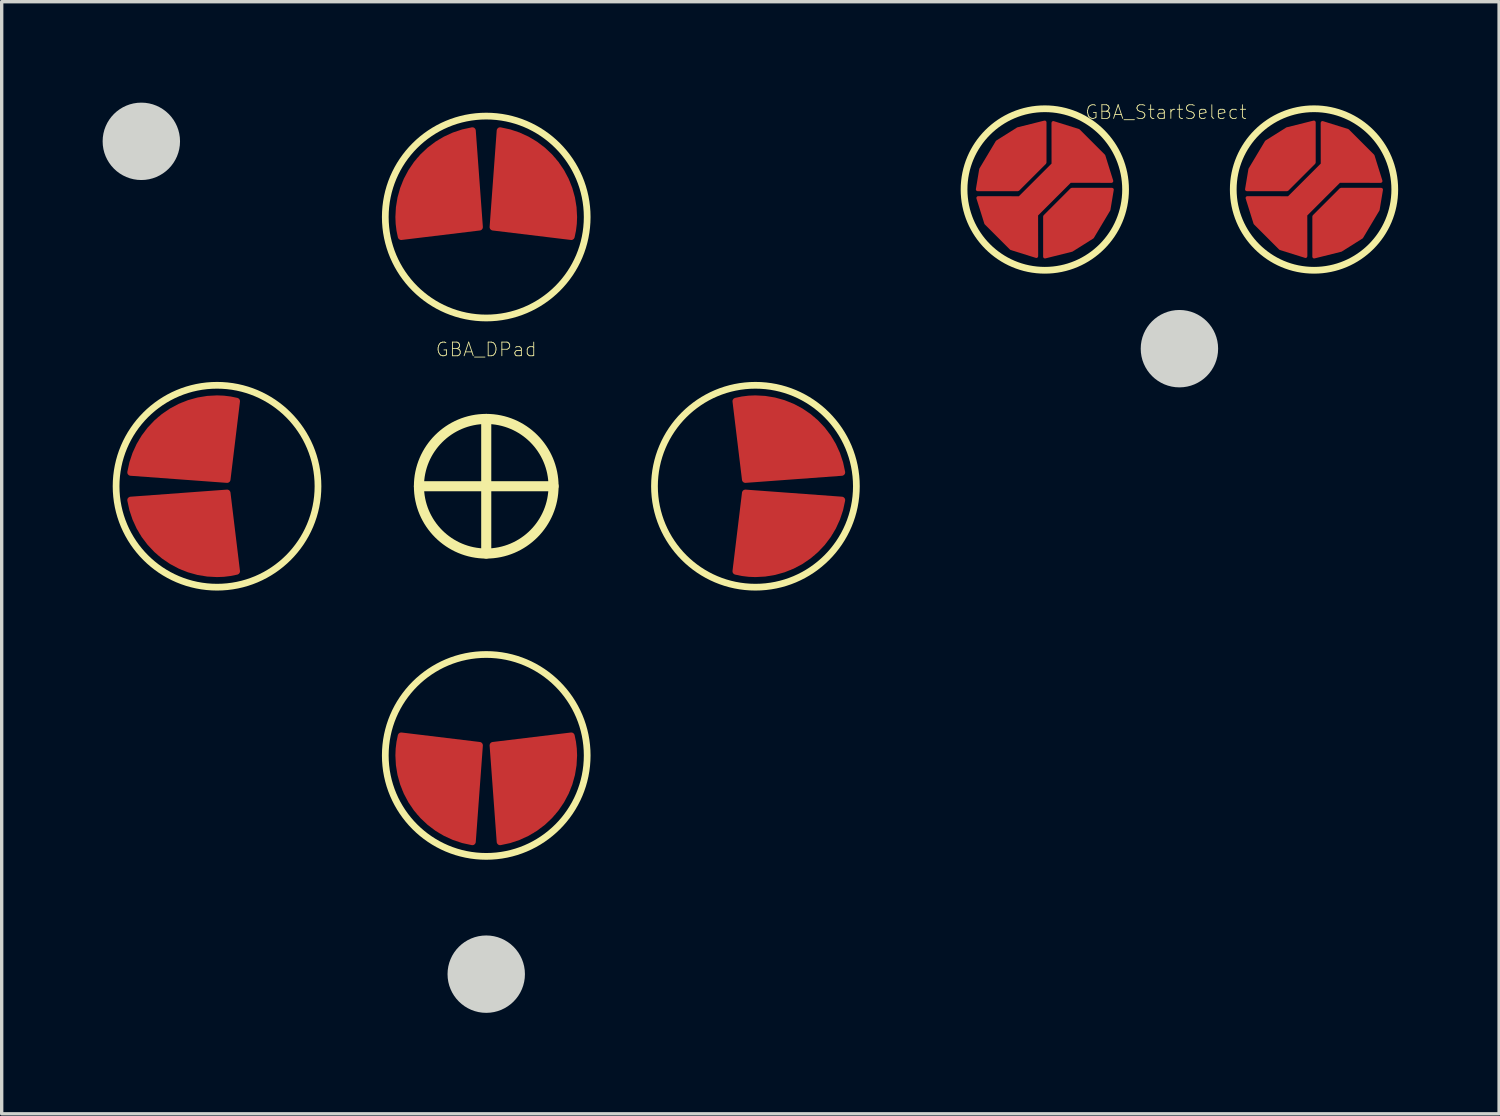
<source format=kicad_pcb>
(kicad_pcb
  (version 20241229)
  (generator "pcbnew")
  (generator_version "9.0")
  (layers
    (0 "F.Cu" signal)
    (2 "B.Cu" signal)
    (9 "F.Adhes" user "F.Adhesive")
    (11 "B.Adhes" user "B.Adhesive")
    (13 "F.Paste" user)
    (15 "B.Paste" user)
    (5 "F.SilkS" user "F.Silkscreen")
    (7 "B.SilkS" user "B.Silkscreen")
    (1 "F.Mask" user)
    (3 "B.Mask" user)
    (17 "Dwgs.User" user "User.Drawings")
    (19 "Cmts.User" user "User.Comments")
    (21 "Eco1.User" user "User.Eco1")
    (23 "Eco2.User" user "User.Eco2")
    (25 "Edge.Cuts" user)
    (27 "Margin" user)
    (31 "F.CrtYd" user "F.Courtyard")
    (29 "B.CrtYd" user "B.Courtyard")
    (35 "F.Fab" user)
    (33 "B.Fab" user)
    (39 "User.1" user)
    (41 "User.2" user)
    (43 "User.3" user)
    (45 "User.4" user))
  (footprint "GBA_DPad"
    (layer "F.Cu")
    (at 11.4 11.4)
    (property "Reference" "GBA_DPad" (at 0 -4.064 0) (layer "F.SilkS") (effects (font (size 0.406 0.406) (thickness 0.025))))
    (attr smd)
    (fp_line (start -2 0) (end 2 0) (stroke (width 0.3) (type default)) (layer "F.SilkS"))
    (fp_line (start 0 -2) (end 0 2) (stroke (width 0.3) (type default)) (layer "F.SilkS"))
    (fp_circle (center -8 0) (end -5 0) (stroke (width 0.2) (type default)) (fill no) (layer "F.SilkS"))
    (fp_circle (center -0.000001 -8) (end -0.000001 -5) (stroke (width 0.2) (type default)) (fill no) (layer "F.SilkS"))
    (fp_circle (center 0 0) (end 2 0) (stroke (width 0.3) (type default)) (fill no) (layer "F.SilkS"))
    (fp_circle (center 0.000001 8) (end 0.000001 5) (stroke (width 0.2) (type default)) (fill no) (layer "F.SilkS"))
    (fp_circle (center 8 -0.000001) (end 5 -0.000001) (stroke (width 0.2) (type default)) (fill no) (layer "F.SilkS"))
    (fp_circle (center -10.25 -10.25) (end -9.2 -10.25) (stroke (width 0.2) (type solid)) (fill yes) (layer "Edge.Cuts"))
    (fp_circle (center 0 14.5) (end 1.05 14.5) (stroke (width 0.2) (type solid)) (fill yes) (layer "Edge.Cuts"))
    (pad "1" smd custom (at -2.3 -7.7 270) (size 0.6 0.6) (layers "F.Cu" "F.Mask" "F.Paste") (options (anchor circle)) (primitives (gr_poly (pts (xy -0.3 -0.15) (xy -0.289 -0.207) (xy -0.256 -0.256) (xy -0.207 -0.289) (xy -0.15 -0.3) (xy 0.15 -0.3) (xy 0.207 -0.289) (xy 0.256 -0.256) (xy 0.289 -0.207) (xy 0.3 -0.15) (xy 0.3 0.15) (xy 0.289 0.207) (xy 0.256 0.256) (xy 0.207 0.289) (xy 0.15 0.3) (xy -0.15 0.3) (xy -0.207 0.289) (xy -0.256 0.256) (xy -0.289 0.207) (xy -0.3 0.15)) (width 0) (fill yes)) (gr_line (start 0.282 0.228) (end 0 -2.1) (width 0.2)) (gr_line (start -2.867 -1.889) (end 0 -2.1) (width 0.2)) (gr_arc (start -0.3 0.3) (mid -1.987007 -0.321615) (end -2.867347 -1.889225) (width 0.2)) (gr_arc (start 0.282086 0.228342) (mid -0.00676 0.282018) (end -0.3 0.3) (width 0.2)) (gr_poly (pts (xy 0 -2.1) (xy 0.282 0.228) (xy -1.3 0.1) (xy -1.987 -0.322) (xy -2.522 -0.951) (xy -2.867 -1.889)) (width 0.2) (fill yes))))
    (pad "2" smd custom (at -2.3 7.7 90) (size 0.6 0.6) (layers "F.Cu" "F.Mask" "F.Paste") (options (anchor circle)) (primitives (gr_poly (pts (xy -0.3 -0.15) (xy -0.289 -0.207) (xy -0.256 -0.256) (xy -0.207 -0.289) (xy -0.15 -0.3) (xy 0.15 -0.3) (xy 0.207 -0.289) (xy 0.256 -0.256) (xy 0.289 -0.207) (xy 0.3 -0.15) (xy 0.3 0.15) (xy 0.289 0.207) (xy 0.256 0.256) (xy 0.207 0.289) (xy 0.15 0.3) (xy -0.15 0.3) (xy -0.207 0.289) (xy -0.256 0.256) (xy -0.289 0.207) (xy -0.3 0.15)) (width 0) (fill yes)) (gr_line (start 0.282 -0.228) (end 0 2.1) (width 0.2)) (gr_line (start -2.867 1.889) (end 0 2.1) (width 0.2)) (gr_arc (start -0.3 -0.3) (mid -0.00676 -0.282018) (end 0.282086 -0.228342) (width 0.2)) (gr_arc (start -2.867346 1.889225) (mid -1.987008 0.321614) (end -0.3 -0.3) (width 0.2)) (gr_poly (pts (xy 0 2.1) (xy 0.282 -0.228) (xy -1.3 -0.1) (xy -1.987 0.322) (xy -2.522 0.951) (xy -2.867 1.889)) (width 0.2) (fill yes))))
    (pad "3" smd custom (at -7.7 -2.3) (size 0.6 0.6) (layers "F.Cu" "F.Mask" "F.Paste") (options (anchor circle)) (primitives (gr_poly (pts (xy -0.3 -0.15) (xy -0.289 -0.207) (xy -0.256 -0.256) (xy -0.207 -0.289) (xy -0.15 -0.3) (xy 0.15 -0.3) (xy 0.207 -0.289) (xy 0.256 -0.256) (xy 0.289 -0.207) (xy 0.3 -0.15) (xy 0.3 0.15) (xy 0.289 0.207) (xy 0.256 0.256) (xy 0.207 0.289) (xy 0.15 0.3) (xy -0.15 0.3) (xy -0.207 0.289) (xy -0.256 0.256) (xy -0.289 0.207) (xy -0.3 0.15)) (width 0) (fill yes)) (gr_line (start 0.282 -0.228) (end 0 2.1) (width 0.2)) (gr_line (start -2.867 1.889) (end 0 2.1) (width 0.2)) (gr_arc (start -2.867346 1.889225) (mid -1.987007 0.321616) (end -0.3 -0.299997) (width 0.2)) (gr_arc (start -0.3 -0.3) (mid -0.00676 -0.282018) (end 0.282086 -0.228342) (width 0.2)) (gr_poly (pts (xy 0 2.1) (xy 0.282 -0.228) (xy -1.3 -0.1) (xy -1.987 0.322) (xy -2.522 0.951) (xy -2.867 1.889)) (width 0.2) (fill yes))))
    (pad "4" smd custom (at 7.7 -2.3 180) (size 0.6 0.6) (layers "F.Cu" "F.Mask" "F.Paste") (options (anchor circle)) (primitives (gr_poly (pts (xy -0.3 -0.15) (xy -0.289 -0.207) (xy -0.256 -0.256) (xy -0.207 -0.289) (xy -0.15 -0.3) (xy 0.15 -0.3) (xy 0.207 -0.289) (xy 0.256 -0.256) (xy 0.289 -0.207) (xy 0.3 -0.15) (xy 0.3 0.15) (xy 0.289 0.207) (xy 0.256 0.256) (xy 0.207 0.289) (xy 0.15 0.3) (xy -0.15 0.3) (xy -0.207 0.289) (xy -0.256 0.256) (xy -0.289 0.207) (xy -0.3 0.15)) (width 0) (fill yes)) (gr_line (start 0.282 0.228) (end 0 -2.1) (width 0.2)) (gr_line (start -2.867 -1.889) (end 0 -2.1) (width 0.2)) (gr_arc (start 0.282086 0.228342) (mid -0.00676 0.282018) (end -0.3 0.3) (width 0.2)) (gr_arc (start -0.3 0.3) (mid -1.987007 -0.321615) (end -2.867347 -1.889225) (width 0.2)) (gr_poly (pts (xy 0 -2.1) (xy 0.282 0.228) (xy -1.3 0.1) (xy -1.987 -0.322) (xy -2.522 -0.951) (xy -2.867 -1.889)) (width 0.2) (fill yes))))
    (pad "5" smd custom (at -7.7 2.3) (size 0.6 0.6) (layers "F.Cu" "F.Mask" "F.Paste") (options (anchor circle)) (primitives (gr_poly (pts (xy -0.3 -0.15) (xy -0.289 -0.207) (xy -0.256 -0.256) (xy -0.207 -0.289) (xy -0.15 -0.3) (xy 0.15 -0.3) (xy 0.207 -0.289) (xy 0.256 -0.256) (xy 0.289 -0.207) (xy 0.3 -0.15) (xy 0.3 0.15) (xy 0.289 0.207) (xy 0.256 0.256) (xy 0.207 0.289) (xy 0.15 0.3) (xy -0.15 0.3) (xy -0.207 0.289) (xy -0.256 0.256) (xy -0.289 0.207) (xy -0.3 0.15)) (width 0) (fill yes)) (gr_line (start 0.282 0.228) (end 0 -2.1) (width 0.2)) (gr_line (start -2.867 -1.889) (end 0 -2.1) (width 0.2)) (gr_arc (start -0.3 0.3) (mid -1.987007 -0.321615) (end -2.867347 -1.889225) (width 0.2)) (gr_arc (start 0.282086 0.228342) (mid -0.00676 0.282018) (end -0.3 0.3) (width 0.2)) (gr_poly (pts (xy 0 -2.1) (xy 0.282 0.228) (xy -1.3 0.1) (xy -1.987 -0.322) (xy -2.522 -0.951) (xy -2.867 -1.889)) (width 0.2) (fill yes))))
    (pad "5" smd custom (at 2.3 -7.7 270) (size 0.6 0.6) (layers "F.Cu" "F.Mask" "F.Paste") (options (anchor circle)) (primitives (gr_poly (pts (xy -0.3 -0.15) (xy -0.289 -0.207) (xy -0.256 -0.256) (xy -0.207 -0.289) (xy -0.15 -0.3) (xy 0.15 -0.3) (xy 0.207 -0.289) (xy 0.256 -0.256) (xy 0.289 -0.207) (xy 0.3 -0.15) (xy 0.3 0.15) (xy 0.289 0.207) (xy 0.256 0.256) (xy 0.207 0.289) (xy 0.15 0.3) (xy -0.15 0.3) (xy -0.207 0.289) (xy -0.256 0.256) (xy -0.289 0.207) (xy -0.3 0.15)) (width 0) (fill yes)) (gr_line (start 0.282 -0.228) (end 0 2.1) (width 0.2)) (gr_line (start -2.867 1.889) (end 0 2.1) (width 0.2)) (gr_arc (start -2.867346 1.889225) (mid -1.987007 0.321616) (end -0.3 -0.299997) (width 0.2)) (gr_arc (start -0.3 -0.3) (mid -0.00676 -0.282018) (end 0.282086 -0.228342) (width 0.2)) (gr_poly (pts (xy 0 2.1) (xy 0.282 -0.228) (xy -1.3 -0.1) (xy -1.987 0.322) (xy -2.522 0.951) (xy -2.867 1.889)) (width 0.2) (fill yes))))
    (pad "5" smd custom (at 2.3 7.7 90) (size 0.6 0.6) (layers "F.Cu" "F.Mask" "F.Paste") (options (anchor circle)) (primitives (gr_poly (pts (xy -0.3 -0.15) (xy -0.289 -0.207) (xy -0.256 -0.256) (xy -0.207 -0.289) (xy -0.15 -0.3) (xy 0.15 -0.3) (xy 0.207 -0.289) (xy 0.256 -0.256) (xy 0.289 -0.207) (xy 0.3 -0.15) (xy 0.3 0.15) (xy 0.289 0.207) (xy 0.256 0.256) (xy 0.207 0.289) (xy 0.15 0.3) (xy -0.15 0.3) (xy -0.207 0.289) (xy -0.256 0.256) (xy -0.289 0.207) (xy -0.3 0.15)) (width 0) (fill yes)) (gr_line (start 0.282 0.228) (end 0 -2.1) (width 0.2)) (gr_line (start -2.867 -1.889) (end 0 -2.1) (width 0.2)) (gr_arc (start 0.282086 0.228342) (mid -0.00676 0.282018) (end -0.3 0.3) (width 0.2)) (gr_arc (start -0.3 0.3) (mid -1.987007 -0.321615) (end -2.867347 -1.889225) (width 0.2)) (gr_poly (pts (xy 0 -2.1) (xy 0.282 0.228) (xy -1.3 0.1) (xy -1.987 -0.322) (xy -2.522 -0.951) (xy -2.867 -1.889)) (width 0.2) (fill yes))))
    (pad "5" smd custom (at 7.7 2.3 180) (size 0.6 0.6) (layers "F.Cu" "F.Mask" "F.Paste") (options (anchor circle)) (primitives (gr_poly (pts (xy -0.3 -0.15) (xy -0.289 -0.207) (xy -0.256 -0.256) (xy -0.207 -0.289) (xy -0.15 -0.3) (xy 0.15 -0.3) (xy 0.207 -0.289) (xy 0.256 -0.256) (xy 0.289 -0.207) (xy 0.3 -0.15) (xy 0.3 0.15) (xy 0.289 0.207) (xy 0.256 0.256) (xy 0.207 0.289) (xy 0.15 0.3) (xy -0.15 0.3) (xy -0.207 0.289) (xy -0.256 0.256) (xy -0.289 0.207) (xy -0.3 0.15)) (width 0) (fill yes)) (gr_line (start 0.282 -0.228) (end 0 2.1) (width 0.2)) (gr_line (start -2.867 1.889) (end 0 2.1) (width 0.2)) (gr_arc (start -0.3 -0.3) (mid -0.00676 -0.282018) (end 0.282086 -0.228342) (width 0.2)) (gr_arc (start -2.867346 1.889225) (mid -1.987008 0.321614) (end -0.3 -0.3) (width 0.2)) (gr_poly (pts (xy 0 2.1) (xy 0.282 -0.228) (xy -1.3 -0.1) (xy -1.987 0.322) (xy -2.522 0.951) (xy -2.867 1.889)) (width 0.2) (fill yes)))))
  (footprint "GBA_StartSelect"
    (layer "F.Cu")
    (at 28 2.582)
    (property "Reference" "GBA_StartSelect" (at 3.6 -2.3 0) (layer "F.SilkS") (effects (font (size 0.406 0.406) (thickness 0.025))))
    (attr smd)
    (fp_circle (center 0 0) (end 2.4 0) (stroke (width 0.2) (type default)) (fill no) (layer "F.SilkS"))
    (fp_circle (center 8 0) (end 10.4 0) (stroke (width 0.2) (type default)) (fill no) (layer "F.SilkS"))
    (fp_circle (center 4 4.73) (end 5.05 4.73) (stroke (width 0.2) (type solid)) (fill yes) (layer "Edge.Cuts"))
    (pad "1" smd custom (at 1.05 -1.15) (size 0.6 0.6) (layers "F.Cu" "F.Mask" "F.Paste") (options (anchor circle)) (primitives (gr_poly (pts (xy -0.3 -0.15) (xy -0.289 -0.207) (xy -0.256 -0.256) (xy -0.207 -0.289) (xy -0.15 -0.3) (xy 0.15 -0.3) (xy 0.207 -0.289) (xy 0.256 -0.256) (xy 0.289 -0.207) (xy 0.3 -0.15) (xy 0.3 0.15) (xy 0.289 0.207) (xy 0.256 0.256) (xy 0.207 0.289) (xy 0.15 0.3) (xy -0.15 0.3) (xy -0.207 0.289) (xy -0.256 0.256) (xy -0.289 0.207) (xy -0.3 0.15)) (width 0) (fill yes)) (gr_poly (pts (xy -3.035 1.398) (xy -1.8 1.4) (xy -0.8 0.4) (xy -0.802 -0.835) (xy -0.05 -0.6) (xy 0.7 0.15) (xy 0.935 0.902) (xy -0.3 0.9) (xy -1.3 1.9) (xy -1.298 3.135) (xy -2.05 2.9) (xy -2.8 2.15)) (width 0.1) (fill yes))))
    (pad "2" smd custom (at 9.05 -1.15) (size 0.6 0.6) (layers "F.Cu" "F.Mask" "F.Paste") (options (anchor circle)) (primitives (gr_poly (pts (xy -0.3 -0.15) (xy -0.289 -0.207) (xy -0.256 -0.256) (xy -0.207 -0.289) (xy -0.15 -0.3) (xy 0.15 -0.3) (xy 0.207 -0.289) (xy 0.256 -0.256) (xy 0.289 -0.207) (xy 0.3 -0.15) (xy 0.3 0.15) (xy 0.289 0.207) (xy 0.256 0.256) (xy 0.207 0.289) (xy 0.15 0.3) (xy -0.15 0.3) (xy -0.207 0.289) (xy -0.256 0.256) (xy -0.289 0.207) (xy -0.3 0.15)) (width 0) (fill yes)) (gr_poly (pts (xy -3.035 1.398) (xy -1.8 1.4) (xy -0.8 0.4) (xy -0.802 -0.835) (xy -0.05 -0.6) (xy 0.7 0.15) (xy 0.935 0.902) (xy -0.3 0.9) (xy -1.3 1.9) (xy -1.298 3.135) (xy -2.05 2.9) (xy -2.8 2.15)) (width 0.1) (fill yes))))
    (pad "3" smd custom (at -1.15 -1.1) (size 0.6 0.6) (layers "F.Cu" "F.Mask" "F.Paste") (options (anchor circle)) (primitives (gr_poly (pts (xy -0.3 -0.15) (xy -0.289 -0.207) (xy -0.256 -0.256) (xy -0.207 -0.289) (xy -0.15 -0.3) (xy 0.15 -0.3) (xy 0.207 -0.289) (xy 0.256 -0.256) (xy 0.289 -0.207) (xy 0.3 -0.15) (xy 0.3 0.15) (xy 0.289 0.207) (xy 0.256 0.256) (xy 0.207 0.289) (xy 0.15 0.3) (xy -0.15 0.3) (xy -0.207 0.289) (xy -0.256 0.256) (xy -0.289 0.207) (xy -0.3 0.15)) (width 0) (fill yes)) (gr_poly (pts (xy -0.85 1.1) (xy 0.35 1.1) (xy 1.15 0.3) (xy 1.15 -0.9) (xy 0.35 -0.7) (xy -0.264 -0.314) (xy -0.75 0.5)) (width 0.1) (fill yes))))
    (pad "3" smd custom (at 1.1 1.1) (size 0.6 0.6) (layers "F.Cu" "F.Mask" "F.Paste") (options (anchor circle)) (primitives (gr_poly (pts (xy -0.3 -0.15) (xy -0.289 -0.207) (xy -0.256 -0.256) (xy -0.207 -0.289) (xy -0.15 -0.3) (xy 0.15 -0.3) (xy 0.207 -0.289) (xy 0.256 -0.256) (xy 0.289 -0.207) (xy 0.3 -0.15) (xy 0.3 0.15) (xy 0.289 0.207) (xy 0.256 0.256) (xy 0.207 0.289) (xy 0.15 0.3) (xy -0.15 0.3) (xy -0.207 0.289) (xy -0.256 0.256) (xy -0.289 0.207) (xy -0.3 0.15)) (width 0) (fill yes)) (gr_poly (pts (xy 0.9 -1.1) (xy -0.3 -1.1) (xy -1.1 -0.3) (xy -1.1 0.9) (xy -0.3 0.7) (xy 0.314 0.314) (xy 0.8 -0.5)) (width 0.1) (fill yes))))
    (pad "3" smd custom (at 6.85 -1.1) (size 0.6 0.6) (layers "F.Cu" "F.Mask" "F.Paste") (options (anchor circle)) (primitives (gr_poly (pts (xy -0.3 -0.15) (xy -0.289 -0.207) (xy -0.256 -0.256) (xy -0.207 -0.289) (xy -0.15 -0.3) (xy 0.15 -0.3) (xy 0.207 -0.289) (xy 0.256 -0.256) (xy 0.289 -0.207) (xy 0.3 -0.15) (xy 0.3 0.15) (xy 0.289 0.207) (xy 0.256 0.256) (xy 0.207 0.289) (xy 0.15 0.3) (xy -0.15 0.3) (xy -0.207 0.289) (xy -0.256 0.256) (xy -0.289 0.207) (xy -0.3 0.15)) (width 0) (fill yes)) (gr_poly (pts (xy -0.85 1.1) (xy 0.35 1.1) (xy 1.15 0.3) (xy 1.15 -0.9) (xy 0.35 -0.7) (xy -0.264 -0.314) (xy -0.75 0.5)) (width 0.1) (fill yes))))
    (pad "3" smd custom (at 9.1 1.1) (size 0.6 0.6) (layers "F.Cu" "F.Mask" "F.Paste") (options (anchor circle)) (primitives (gr_poly (pts (xy -0.3 -0.15) (xy -0.289 -0.207) (xy -0.256 -0.256) (xy -0.207 -0.289) (xy -0.15 -0.3) (xy 0.15 -0.3) (xy 0.207 -0.289) (xy 0.256 -0.256) (xy 0.289 -0.207) (xy 0.3 -0.15) (xy 0.3 0.15) (xy 0.289 0.207) (xy 0.256 0.256) (xy 0.207 0.289) (xy 0.15 0.3) (xy -0.15 0.3) (xy -0.207 0.289) (xy -0.256 0.256) (xy -0.289 0.207) (xy -0.3 0.15)) (width 0) (fill yes)) (gr_poly (pts (xy 0.9 -1.1) (xy -0.3 -1.1) (xy -1.1 -0.3) (xy -1.1 0.9) (xy -0.3 0.7) (xy 0.314 0.314) (xy 0.8 -0.5)) (width 0.1) (fill yes)))))
  (gr_rect
    (start -3 -3)
    (end 41.5 30.05)
    (stroke (width 0.1) (type default))
    (fill no)
    (layer "Edge.Cuts")))
</source>
